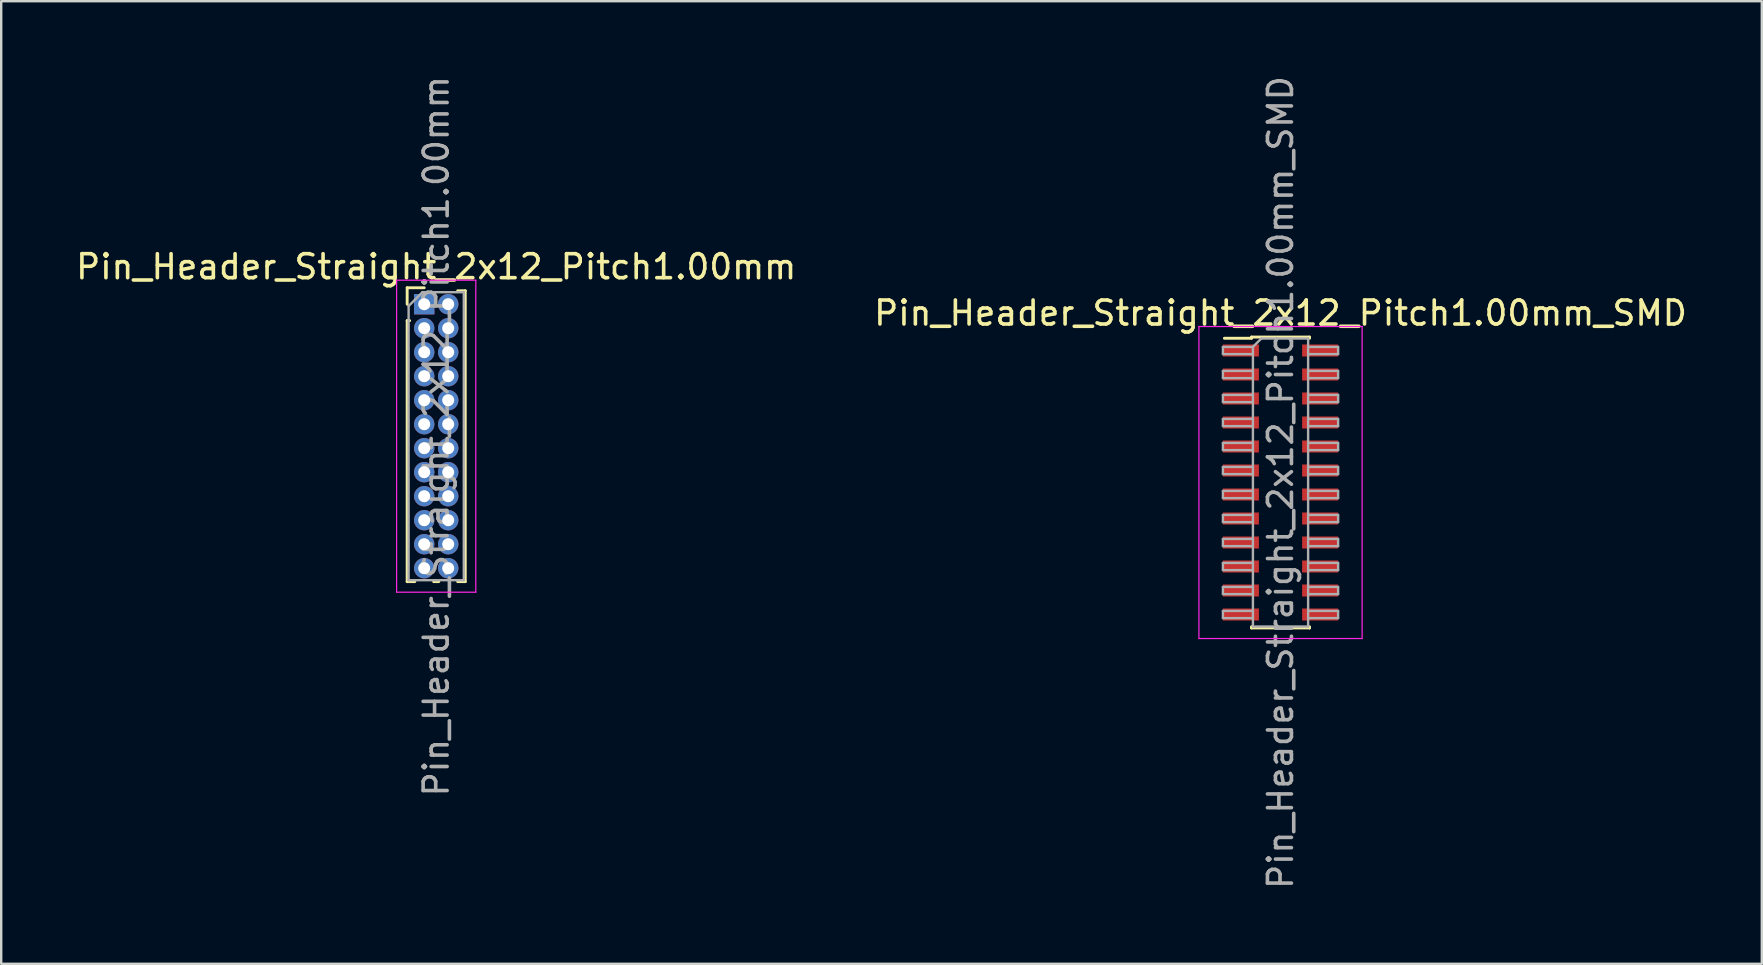
<source format=kicad_pcb>
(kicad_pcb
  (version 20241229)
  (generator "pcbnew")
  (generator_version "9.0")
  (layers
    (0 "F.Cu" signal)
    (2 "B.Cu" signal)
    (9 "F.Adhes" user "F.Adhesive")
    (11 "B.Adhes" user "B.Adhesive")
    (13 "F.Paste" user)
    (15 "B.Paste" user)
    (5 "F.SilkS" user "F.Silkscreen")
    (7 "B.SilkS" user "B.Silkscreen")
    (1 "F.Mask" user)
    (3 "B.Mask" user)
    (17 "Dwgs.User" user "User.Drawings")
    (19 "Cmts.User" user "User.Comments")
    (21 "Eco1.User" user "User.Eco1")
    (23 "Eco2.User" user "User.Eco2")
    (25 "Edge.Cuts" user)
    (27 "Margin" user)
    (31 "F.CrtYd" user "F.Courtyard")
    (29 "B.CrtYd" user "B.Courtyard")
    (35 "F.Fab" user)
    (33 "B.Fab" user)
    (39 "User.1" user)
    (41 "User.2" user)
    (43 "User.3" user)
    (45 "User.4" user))
  (footprint "Pin_Header_Straight_2x12_Pitch1.00mm"
    (layer "F.Cu")
    (at 14.625 9.625)
    (property "Reference" "Pin_Header_Straight_2x12_Pitch1.00mm" (at 0.5 -1.56 0) (layer "F.SilkS") (effects (font (size 1 1) (thickness 0.15))))
    (attr through_hole)
    (fp_line (start -0.71 -0.685) (end 0 -0.685) (stroke (width 0.12) (type solid)) (layer "F.SilkS"))
    (fp_line (start -0.71 0) (end -0.71 -0.685) (stroke (width 0.12) (type solid)) (layer "F.SilkS"))
    (fp_line (start -0.71 0.685) (end -0.71 11.56) (stroke (width 0.12) (type solid)) (layer "F.SilkS"))
    (fp_line (start -0.71 0.685) (end -0.608 0.685) (stroke (width 0.12) (type solid)) (layer "F.SilkS"))
    (fp_line (start -0.71 11.56) (end -0.394 11.56) (stroke (width 0.12) (type solid)) (layer "F.SilkS"))
    (fp_line (start 0.394 11.56) (end 0.606 11.56) (stroke (width 0.12) (type solid)) (layer "F.SilkS"))
    (fp_line (start 1.394 -0.56) (end 1.71 -0.56) (stroke (width 0.12) (type solid)) (layer "F.SilkS"))
    (fp_line (start 1.394 11.56) (end 1.71 11.56) (stroke (width 0.12) (type solid)) (layer "F.SilkS"))
    (fp_line (start 1.71 -0.56) (end 1.71 11.56) (stroke (width 0.12) (type solid)) (layer "F.SilkS"))
    (fp_line (start -1.15 -1) (end -1.15 12) (stroke (width 0.05) (type solid)) (layer "F.CrtYd"))
    (fp_line (start -1.15 12) (end 2.15 12) (stroke (width 0.05) (type solid)) (layer "F.CrtYd"))
    (fp_line (start 2.15 -1) (end -1.15 -1) (stroke (width 0.05) (type solid)) (layer "F.CrtYd"))
    (fp_line (start 2.15 12) (end 2.15 -1) (stroke (width 0.05) (type solid)) (layer "F.CrtYd"))
    (fp_line (start -0.65 0.075) (end -0.075 -0.5) (stroke (width 0.1) (type solid)) (layer "F.Fab"))
    (fp_line (start -0.65 11.5) (end -0.65 0.075) (stroke (width 0.1) (type solid)) (layer "F.Fab"))
    (fp_line (start -0.075 -0.5) (end 1.65 -0.5) (stroke (width 0.1) (type solid)) (layer "F.Fab"))
    (fp_line (start 1.65 -0.5) (end 1.65 11.5) (stroke (width 0.1) (type solid)) (layer "F.Fab"))
    (fp_line (start 1.65 11.5) (end -0.65 11.5) (stroke (width 0.1) (type solid)) (layer "F.Fab"))
    (fp_text user "${REFERENCE}" (at 0.5 5.5 90) (layer "F.Fab") (effects (font (size 1 1) (thickness 0.15))))
    (pad "1" thru_hole rect (at 0 0) (size 0.85 0.85) (drill 0.5) (layers "*.Cu" "*.Mask"))
    (pad "2" thru_hole oval (at 1 0) (size 0.85 0.85) (drill 0.5) (layers "*.Cu" "*.Mask"))
    (pad "3" thru_hole oval (at 0 1) (size 0.85 0.85) (drill 0.5) (layers "*.Cu" "*.Mask"))
    (pad "4" thru_hole oval (at 1 1) (size 0.85 0.85) (drill 0.5) (layers "*.Cu" "*.Mask"))
    (pad "5" thru_hole oval (at 0 2) (size 0.85 0.85) (drill 0.5) (layers "*.Cu" "*.Mask"))
    (pad "6" thru_hole oval (at 1 2) (size 0.85 0.85) (drill 0.5) (layers "*.Cu" "*.Mask"))
    (pad "7" thru_hole oval (at 0 3) (size 0.85 0.85) (drill 0.5) (layers "*.Cu" "*.Mask"))
    (pad "8" thru_hole oval (at 1 3) (size 0.85 0.85) (drill 0.5) (layers "*.Cu" "*.Mask"))
    (pad "9" thru_hole oval (at 0 4) (size 0.85 0.85) (drill 0.5) (layers "*.Cu" "*.Mask"))
    (pad "10" thru_hole oval (at 1 4) (size 0.85 0.85) (drill 0.5) (layers "*.Cu" "*.Mask"))
    (pad "11" thru_hole oval (at 0 5) (size 0.85 0.85) (drill 0.5) (layers "*.Cu" "*.Mask"))
    (pad "12" thru_hole oval (at 1 5) (size 0.85 0.85) (drill 0.5) (layers "*.Cu" "*.Mask"))
    (pad "13" thru_hole oval (at 0 6) (size 0.85 0.85) (drill 0.5) (layers "*.Cu" "*.Mask"))
    (pad "14" thru_hole oval (at 1 6) (size 0.85 0.85) (drill 0.5) (layers "*.Cu" "*.Mask"))
    (pad "15" thru_hole oval (at 0 7) (size 0.85 0.85) (drill 0.5) (layers "*.Cu" "*.Mask"))
    (pad "16" thru_hole oval (at 1 7) (size 0.85 0.85) (drill 0.5) (layers "*.Cu" "*.Mask"))
    (pad "17" thru_hole oval (at 0 8) (size 0.85 0.85) (drill 0.5) (layers "*.Cu" "*.Mask"))
    (pad "18" thru_hole oval (at 1 8) (size 0.85 0.85) (drill 0.5) (layers "*.Cu" "*.Mask"))
    (pad "19" thru_hole oval (at 0 9) (size 0.85 0.85) (drill 0.5) (layers "*.Cu" "*.Mask"))
    (pad "20" thru_hole oval (at 1 9) (size 0.85 0.85) (drill 0.5) (layers "*.Cu" "*.Mask"))
    (pad "21" thru_hole oval (at 0 10) (size 0.85 0.85) (drill 0.5) (layers "*.Cu" "*.Mask"))
    (pad "22" thru_hole oval (at 1 10) (size 0.85 0.85) (drill 0.5) (layers "*.Cu" "*.Mask"))
    (pad "23" thru_hole oval (at 0 11) (size 0.85 0.85) (drill 0.5) (layers "*.Cu" "*.Mask"))
    (pad "24" thru_hole oval (at 1 11) (size 0.85 0.85) (drill 0.5) (layers "*.Cu" "*.Mask")))
  (footprint "Pin_Header_Straight_2x12_Pitch1.00mm_SMD"
    (layer "F.Cu")
    (at 50.304 17.054)
    (property "Reference" "Pin_Header_Straight_2x12_Pitch1.00mm_SMD" (at 0 -7.06 0) (layer "F.SilkS") (effects (font (size 1 1) (thickness 0.15))))
    (attr smd)
    (fp_line (start -2.34 -6.01) (end -1.21 -6.01) (stroke (width 0.12) (type solid)) (layer "F.SilkS"))
    (fp_line (start -1.21 -6.06) (end -1.21 -6.01) (stroke (width 0.12) (type solid)) (layer "F.SilkS"))
    (fp_line (start -1.21 -6.06) (end 1.21 -6.06) (stroke (width 0.12) (type solid)) (layer "F.SilkS"))
    (fp_line (start -1.21 6.01) (end -1.21 6.06) (stroke (width 0.12) (type solid)) (layer "F.SilkS"))
    (fp_line (start -1.21 6.06) (end 1.21 6.06) (stroke (width 0.12) (type solid)) (layer "F.SilkS"))
    (fp_line (start 1.21 -6.06) (end 1.21 -6.01) (stroke (width 0.12) (type solid)) (layer "F.SilkS"))
    (fp_line (start 1.21 6.01) (end 1.21 6.06) (stroke (width 0.12) (type solid)) (layer "F.SilkS"))
    (fp_line (start -3.4 -6.5) (end -3.4 6.5) (stroke (width 0.05) (type solid)) (layer "F.CrtYd"))
    (fp_line (start -3.4 6.5) (end 3.4 6.5) (stroke (width 0.05) (type solid)) (layer "F.CrtYd"))
    (fp_line (start 3.4 -6.5) (end -3.4 -6.5) (stroke (width 0.05) (type solid)) (layer "F.CrtYd"))
    (fp_line (start 3.4 6.5) (end 3.4 -6.5) (stroke (width 0.05) (type solid)) (layer "F.CrtYd"))
    (fp_line (start -2.4 -5.65) (end -2.4 -5.35) (stroke (width 0.1) (type solid)) (layer "F.Fab"))
    (fp_line (start -2.4 -5.35) (end -1.15 -5.35) (stroke (width 0.1) (type solid)) (layer "F.Fab"))
    (fp_line (start -2.4 -4.65) (end -2.4 -4.35) (stroke (width 0.1) (type solid)) (layer "F.Fab"))
    (fp_line (start -2.4 -4.35) (end -1.15 -4.35) (stroke (width 0.1) (type solid)) (layer "F.Fab"))
    (fp_line (start -2.4 -3.65) (end -2.4 -3.35) (stroke (width 0.1) (type solid)) (layer "F.Fab"))
    (fp_line (start -2.4 -3.35) (end -1.15 -3.35) (stroke (width 0.1) (type solid)) (layer "F.Fab"))
    (fp_line (start -2.4 -2.65) (end -2.4 -2.35) (stroke (width 0.1) (type solid)) (layer "F.Fab"))
    (fp_line (start -2.4 -2.35) (end -1.15 -2.35) (stroke (width 0.1) (type solid)) (layer "F.Fab"))
    (fp_line (start -2.4 -1.65) (end -2.4 -1.35) (stroke (width 0.1) (type solid)) (layer "F.Fab"))
    (fp_line (start -2.4 -1.35) (end -1.15 -1.35) (stroke (width 0.1) (type solid)) (layer "F.Fab"))
    (fp_line (start -2.4 -0.65) (end -2.4 -0.35) (stroke (width 0.1) (type solid)) (layer "F.Fab"))
    (fp_line (start -2.4 -0.35) (end -1.15 -0.35) (stroke (width 0.1) (type solid)) (layer "F.Fab"))
    (fp_line (start -2.4 0.35) (end -2.4 0.65) (stroke (width 0.1) (type solid)) (layer "F.Fab"))
    (fp_line (start -2.4 0.65) (end -1.15 0.65) (stroke (width 0.1) (type solid)) (layer "F.Fab"))
    (fp_line (start -2.4 1.35) (end -2.4 1.65) (stroke (width 0.1) (type solid)) (layer "F.Fab"))
    (fp_line (start -2.4 1.65) (end -1.15 1.65) (stroke (width 0.1) (type solid)) (layer "F.Fab"))
    (fp_line (start -2.4 2.35) (end -2.4 2.65) (stroke (width 0.1) (type solid)) (layer "F.Fab"))
    (fp_line (start -2.4 2.65) (end -1.15 2.65) (stroke (width 0.1) (type solid)) (layer "F.Fab"))
    (fp_line (start -2.4 3.35) (end -2.4 3.65) (stroke (width 0.1) (type solid)) (layer "F.Fab"))
    (fp_line (start -2.4 3.65) (end -1.15 3.65) (stroke (width 0.1) (type solid)) (layer "F.Fab"))
    (fp_line (start -2.4 4.35) (end -2.4 4.65) (stroke (width 0.1) (type solid)) (layer "F.Fab"))
    (fp_line (start -2.4 4.65) (end -1.15 4.65) (stroke (width 0.1) (type solid)) (layer "F.Fab"))
    (fp_line (start -2.4 5.35) (end -2.4 5.65) (stroke (width 0.1) (type solid)) (layer "F.Fab"))
    (fp_line (start -2.4 5.65) (end -1.15 5.65) (stroke (width 0.1) (type solid)) (layer "F.Fab"))
    (fp_line (start -1.15 -5.65) (end -2.4 -5.65) (stroke (width 0.1) (type solid)) (layer "F.Fab"))
    (fp_line (start -1.15 -5.65) (end -0.8 -6) (stroke (width 0.1) (type solid)) (layer "F.Fab"))
    (fp_line (start -1.15 -4.65) (end -2.4 -4.65) (stroke (width 0.1) (type solid)) (layer "F.Fab"))
    (fp_line (start -1.15 -3.65) (end -2.4 -3.65) (stroke (width 0.1) (type solid)) (layer "F.Fab"))
    (fp_line (start -1.15 -2.65) (end -2.4 -2.65) (stroke (width 0.1) (type solid)) (layer "F.Fab"))
    (fp_line (start -1.15 -1.65) (end -2.4 -1.65) (stroke (width 0.1) (type solid)) (layer "F.Fab"))
    (fp_line (start -1.15 -0.65) (end -2.4 -0.65) (stroke (width 0.1) (type solid)) (layer "F.Fab"))
    (fp_line (start -1.15 0.35) (end -2.4 0.35) (stroke (width 0.1) (type solid)) (layer "F.Fab"))
    (fp_line (start -1.15 1.35) (end -2.4 1.35) (stroke (width 0.1) (type solid)) (layer "F.Fab"))
    (fp_line (start -1.15 2.35) (end -2.4 2.35) (stroke (width 0.1) (type solid)) (layer "F.Fab"))
    (fp_line (start -1.15 3.35) (end -2.4 3.35) (stroke (width 0.1) (type solid)) (layer "F.Fab"))
    (fp_line (start -1.15 4.35) (end -2.4 4.35) (stroke (width 0.1) (type solid)) (layer "F.Fab"))
    (fp_line (start -1.15 5.35) (end -2.4 5.35) (stroke (width 0.1) (type solid)) (layer "F.Fab"))
    (fp_line (start -1.15 6) (end -1.15 -5.65) (stroke (width 0.1) (type solid)) (layer "F.Fab"))
    (fp_line (start -0.8 -6) (end 1.15 -6) (stroke (width 0.1) (type solid)) (layer "F.Fab"))
    (fp_line (start 1.15 -6) (end 1.15 6) (stroke (width 0.1) (type solid)) (layer "F.Fab"))
    (fp_line (start 1.15 -5.65) (end 2.4 -5.65) (stroke (width 0.1) (type solid)) (layer "F.Fab"))
    (fp_line (start 1.15 -4.65) (end 2.4 -4.65) (stroke (width 0.1) (type solid)) (layer "F.Fab"))
    (fp_line (start 1.15 -3.65) (end 2.4 -3.65) (stroke (width 0.1) (type solid)) (layer "F.Fab"))
    (fp_line (start 1.15 -2.65) (end 2.4 -2.65) (stroke (width 0.1) (type solid)) (layer "F.Fab"))
    (fp_line (start 1.15 -1.65) (end 2.4 -1.65) (stroke (width 0.1) (type solid)) (layer "F.Fab"))
    (fp_line (start 1.15 -0.65) (end 2.4 -0.65) (stroke (width 0.1) (type solid)) (layer "F.Fab"))
    (fp_line (start 1.15 0.35) (end 2.4 0.35) (stroke (width 0.1) (type solid)) (layer "F.Fab"))
    (fp_line (start 1.15 1.35) (end 2.4 1.35) (stroke (width 0.1) (type solid)) (layer "F.Fab"))
    (fp_line (start 1.15 2.35) (end 2.4 2.35) (stroke (width 0.1) (type solid)) (layer "F.Fab"))
    (fp_line (start 1.15 3.35) (end 2.4 3.35) (stroke (width 0.1) (type solid)) (layer "F.Fab"))
    (fp_line (start 1.15 4.35) (end 2.4 4.35) (stroke (width 0.1) (type solid)) (layer "F.Fab"))
    (fp_line (start 1.15 5.35) (end 2.4 5.35) (stroke (width 0.1) (type solid)) (layer "F.Fab"))
    (fp_line (start 1.15 6) (end -1.15 6) (stroke (width 0.1) (type solid)) (layer "F.Fab"))
    (fp_line (start 2.4 -5.65) (end 2.4 -5.35) (stroke (width 0.1) (type solid)) (layer "F.Fab"))
    (fp_line (start 2.4 -5.35) (end 1.15 -5.35) (stroke (width 0.1) (type solid)) (layer "F.Fab"))
    (fp_line (start 2.4 -4.65) (end 2.4 -4.35) (stroke (width 0.1) (type solid)) (layer "F.Fab"))
    (fp_line (start 2.4 -4.35) (end 1.15 -4.35) (stroke (width 0.1) (type solid)) (layer "F.Fab"))
    (fp_line (start 2.4 -3.65) (end 2.4 -3.35) (stroke (width 0.1) (type solid)) (layer "F.Fab"))
    (fp_line (start 2.4 -3.35) (end 1.15 -3.35) (stroke (width 0.1) (type solid)) (layer "F.Fab"))
    (fp_line (start 2.4 -2.65) (end 2.4 -2.35) (stroke (width 0.1) (type solid)) (layer "F.Fab"))
    (fp_line (start 2.4 -2.35) (end 1.15 -2.35) (stroke (width 0.1) (type solid)) (layer "F.Fab"))
    (fp_line (start 2.4 -1.65) (end 2.4 -1.35) (stroke (width 0.1) (type solid)) (layer "F.Fab"))
    (fp_line (start 2.4 -1.35) (end 1.15 -1.35) (stroke (width 0.1) (type solid)) (layer "F.Fab"))
    (fp_line (start 2.4 -0.65) (end 2.4 -0.35) (stroke (width 0.1) (type solid)) (layer "F.Fab"))
    (fp_line (start 2.4 -0.35) (end 1.15 -0.35) (stroke (width 0.1) (type solid)) (layer "F.Fab"))
    (fp_line (start 2.4 0.35) (end 2.4 0.65) (stroke (width 0.1) (type solid)) (layer "F.Fab"))
    (fp_line (start 2.4 0.65) (end 1.15 0.65) (stroke (width 0.1) (type solid)) (layer "F.Fab"))
    (fp_line (start 2.4 1.35) (end 2.4 1.65) (stroke (width 0.1) (type solid)) (layer "F.Fab"))
    (fp_line (start 2.4 1.65) (end 1.15 1.65) (stroke (width 0.1) (type solid)) (layer "F.Fab"))
    (fp_line (start 2.4 2.35) (end 2.4 2.65) (stroke (width 0.1) (type solid)) (layer "F.Fab"))
    (fp_line (start 2.4 2.65) (end 1.15 2.65) (stroke (width 0.1) (type solid)) (layer "F.Fab"))
    (fp_line (start 2.4 3.35) (end 2.4 3.65) (stroke (width 0.1) (type solid)) (layer "F.Fab"))
    (fp_line (start 2.4 3.65) (end 1.15 3.65) (stroke (width 0.1) (type solid)) (layer "F.Fab"))
    (fp_line (start 2.4 4.35) (end 2.4 4.65) (stroke (width 0.1) (type solid)) (layer "F.Fab"))
    (fp_line (start 2.4 4.65) (end 1.15 4.65) (stroke (width 0.1) (type solid)) (layer "F.Fab"))
    (fp_line (start 2.4 5.35) (end 2.4 5.65) (stroke (width 0.1) (type solid)) (layer "F.Fab"))
    (fp_line (start 2.4 5.65) (end 1.15 5.65) (stroke (width 0.1) (type solid)) (layer "F.Fab"))
    (fp_text user "${REFERENCE}" (at 0 0 90) (layer "F.Fab") (effects (font (size 1 1) (thickness 0.15))))
    (pad "1" smd rect (at -1.65 -5.5) (size 1.5 0.5) (layers "F.Cu" "F.Mask" "F.Paste"))
    (pad "2" smd rect (at 1.65 -5.5) (size 1.5 0.5) (layers "F.Cu" "F.Mask" "F.Paste"))
    (pad "3" smd rect (at -1.65 -4.5) (size 1.5 0.5) (layers "F.Cu" "F.Mask" "F.Paste"))
    (pad "4" smd rect (at 1.65 -4.5) (size 1.5 0.5) (layers "F.Cu" "F.Mask" "F.Paste"))
    (pad "5" smd rect (at -1.65 -3.5) (size 1.5 0.5) (layers "F.Cu" "F.Mask" "F.Paste"))
    (pad "6" smd rect (at 1.65 -3.5) (size 1.5 0.5) (layers "F.Cu" "F.Mask" "F.Paste"))
    (pad "7" smd rect (at -1.65 -2.5) (size 1.5 0.5) (layers "F.Cu" "F.Mask" "F.Paste"))
    (pad "8" smd rect (at 1.65 -2.5) (size 1.5 0.5) (layers "F.Cu" "F.Mask" "F.Paste"))
    (pad "9" smd rect (at -1.65 -1.5) (size 1.5 0.5) (layers "F.Cu" "F.Mask" "F.Paste"))
    (pad "10" smd rect (at 1.65 -1.5) (size 1.5 0.5) (layers "F.Cu" "F.Mask" "F.Paste"))
    (pad "11" smd rect (at -1.65 -0.5) (size 1.5 0.5) (layers "F.Cu" "F.Mask" "F.Paste"))
    (pad "12" smd rect (at 1.65 -0.5) (size 1.5 0.5) (layers "F.Cu" "F.Mask" "F.Paste"))
    (pad "13" smd rect (at -1.65 0.5) (size 1.5 0.5) (layers "F.Cu" "F.Mask" "F.Paste"))
    (pad "14" smd rect (at 1.65 0.5) (size 1.5 0.5) (layers "F.Cu" "F.Mask" "F.Paste"))
    (pad "15" smd rect (at -1.65 1.5) (size 1.5 0.5) (layers "F.Cu" "F.Mask" "F.Paste"))
    (pad "16" smd rect (at 1.65 1.5) (size 1.5 0.5) (layers "F.Cu" "F.Mask" "F.Paste"))
    (pad "17" smd rect (at -1.65 2.5) (size 1.5 0.5) (layers "F.Cu" "F.Mask" "F.Paste"))
    (pad "18" smd rect (at 1.65 2.5) (size 1.5 0.5) (layers "F.Cu" "F.Mask" "F.Paste"))
    (pad "19" smd rect (at -1.65 3.5) (size 1.5 0.5) (layers "F.Cu" "F.Mask" "F.Paste"))
    (pad "20" smd rect (at 1.65 3.5) (size 1.5 0.5) (layers "F.Cu" "F.Mask" "F.Paste"))
    (pad "21" smd rect (at -1.65 4.5) (size 1.5 0.5) (layers "F.Cu" "F.Mask" "F.Paste"))
    (pad "22" smd rect (at 1.65 4.5) (size 1.5 0.5) (layers "F.Cu" "F.Mask" "F.Paste"))
    (pad "23" smd rect (at -1.65 5.5) (size 1.5 0.5) (layers "F.Cu" "F.Mask" "F.Paste"))
    (pad "24" smd rect (at 1.65 5.5) (size 1.5 0.5) (layers "F.Cu" "F.Mask" "F.Paste")))
  (gr_rect
    (start -3 -3)
    (end 70.357 37.107)
    (stroke (width 0.1) (type default))
    (fill no)
    (layer "Edge.Cuts")))
</source>
